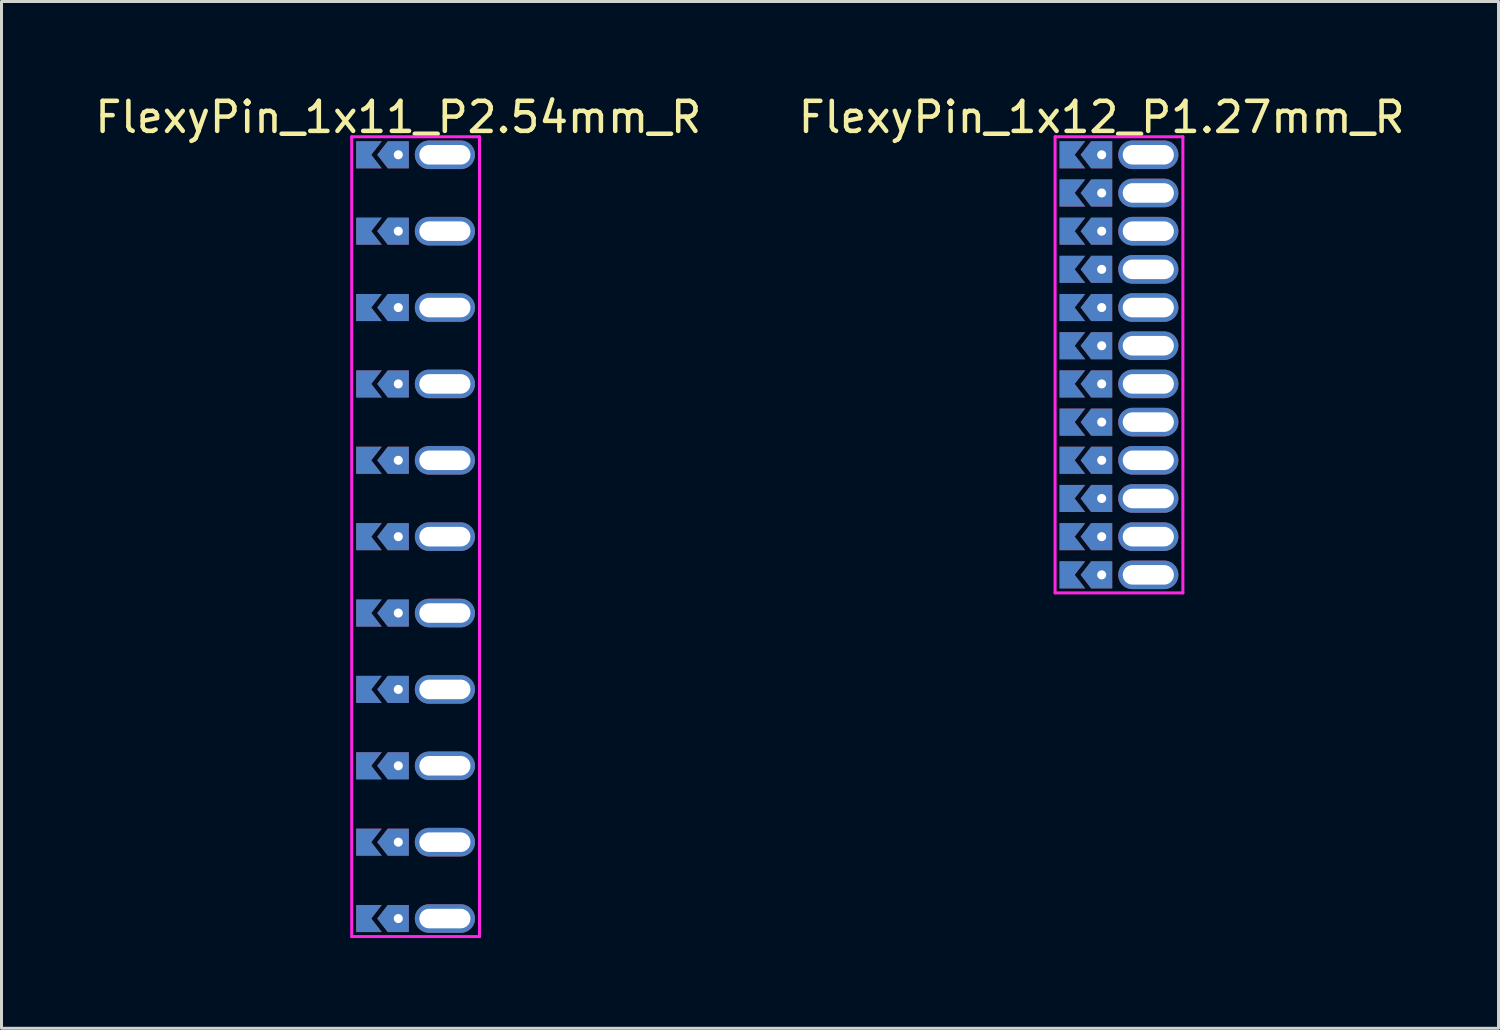
<source format=kicad_pcb>
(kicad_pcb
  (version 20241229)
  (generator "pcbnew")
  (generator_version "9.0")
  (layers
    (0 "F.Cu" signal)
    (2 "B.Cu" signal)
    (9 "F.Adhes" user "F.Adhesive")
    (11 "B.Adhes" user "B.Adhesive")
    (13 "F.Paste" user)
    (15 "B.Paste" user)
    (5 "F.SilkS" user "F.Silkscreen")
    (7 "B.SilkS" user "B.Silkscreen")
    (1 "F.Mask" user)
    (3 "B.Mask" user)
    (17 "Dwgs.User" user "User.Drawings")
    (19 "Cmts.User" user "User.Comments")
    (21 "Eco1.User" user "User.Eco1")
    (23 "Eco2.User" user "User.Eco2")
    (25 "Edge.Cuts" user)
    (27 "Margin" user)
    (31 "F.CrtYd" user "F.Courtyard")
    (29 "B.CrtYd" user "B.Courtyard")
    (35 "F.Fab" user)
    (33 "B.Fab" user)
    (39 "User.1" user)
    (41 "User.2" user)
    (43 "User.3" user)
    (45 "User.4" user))
  (footprint "FlexyPin_1x11_P2.54mm_R"
    (layer "F.Cu")
    (at 10.196 2.098)
    (property "Reference" "FlexyPin_1x11_P2.54mm_R" (at 0 -1.25 0) (layer "F.SilkS") (effects (font (size 1 1) (thickness 0.15))))
    (attr through_hole)
    (fp_line (start -1.55 -0.6) (end 2.7 -0.6) (stroke (width 0.1) (type solid)) (layer "F.CrtYd"))
    (fp_line (start -1.55 26) (end -1.55 -0.6) (stroke (width 0.1) (type solid)) (layer "F.CrtYd"))
    (fp_line (start 2.7 -0.6) (end 2.7 26) (stroke (width 0.1) (type solid)) (layer "F.CrtYd"))
    (fp_line (start 2.7 26) (end -1.55 26) (stroke (width 0.1) (type solid)) (layer "F.CrtYd"))
    (pad "" thru_hole custom (at 0 0) (size 0.3 0.3) (drill 0.6) (layers "*.Cu" "*.Mask") (options (anchor rect)) (primitives (gr_poly (pts (xy 0.35 0.45) (xy 0.35 -0.45) (xy -0.35 -0.45) (xy -0.7 0) (xy -0.35 0.45)) (width 0) (fill yes))))
    (pad "" thru_hole custom (at 0 2.54) (size 0.3 0.3) (drill 0.6) (layers "*.Cu" "*.Mask") (options (anchor rect)) (primitives (gr_poly (pts (xy 0.35 0.45) (xy 0.35 -0.45) (xy -0.35 -0.45) (xy -0.7 0) (xy -0.35 0.45)) (width 0) (fill yes))))
    (pad "" thru_hole custom (at 0 5.08) (size 0.3 0.3) (drill 0.6) (layers "*.Cu" "*.Mask") (options (anchor rect)) (primitives (gr_poly (pts (xy 0.35 0.45) (xy 0.35 -0.45) (xy -0.35 -0.45) (xy -0.7 0) (xy -0.35 0.45)) (width 0) (fill yes))))
    (pad "" thru_hole custom (at 0 7.62) (size 0.3 0.3) (drill 0.6) (layers "*.Cu" "*.Mask") (options (anchor rect)) (primitives (gr_poly (pts (xy 0.35 0.45) (xy 0.35 -0.45) (xy -0.35 -0.45) (xy -0.7 0) (xy -0.35 0.45)) (width 0) (fill yes))))
    (pad "" thru_hole custom (at 0 10.16) (size 0.3 0.3) (drill 0.6) (layers "*.Cu" "*.Mask") (options (anchor rect)) (primitives (gr_poly (pts (xy 0.35 0.45) (xy 0.35 -0.45) (xy -0.35 -0.45) (xy -0.7 0) (xy -0.35 0.45)) (width 0) (fill yes))))
    (pad "" thru_hole custom (at 0 12.7) (size 0.3 0.3) (drill 0.6) (layers "*.Cu" "*.Mask") (options (anchor rect)) (primitives (gr_poly (pts (xy 0.35 0.45) (xy 0.35 -0.45) (xy -0.35 -0.45) (xy -0.7 0) (xy -0.35 0.45)) (width 0) (fill yes))))
    (pad "" thru_hole custom (at 0 15.24) (size 0.3 0.3) (drill 0.6) (layers "*.Cu" "*.Mask") (options (anchor rect)) (primitives (gr_poly (pts (xy 0.35 0.45) (xy 0.35 -0.45) (xy -0.35 -0.45) (xy -0.7 0) (xy -0.35 0.45)) (width 0) (fill yes))))
    (pad "" thru_hole custom (at 0 17.78) (size 0.3 0.3) (drill 0.6) (layers "*.Cu" "*.Mask") (options (anchor rect)) (primitives (gr_poly (pts (xy 0.35 0.45) (xy 0.35 -0.45) (xy -0.35 -0.45) (xy -0.7 0) (xy -0.35 0.45)) (width 0) (fill yes))))
    (pad "" thru_hole custom (at 0 20.32) (size 0.3 0.3) (drill 0.6) (layers "*.Cu" "*.Mask") (options (anchor rect)) (primitives (gr_poly (pts (xy 0.35 0.45) (xy 0.35 -0.45) (xy -0.35 -0.45) (xy -0.7 0) (xy -0.35 0.45)) (width 0) (fill yes))))
    (pad "" thru_hole custom (at 0 22.86) (size 0.3 0.3) (drill 0.6) (layers "*.Cu" "*.Mask") (options (anchor rect)) (primitives (gr_poly (pts (xy 0.35 0.45) (xy 0.35 -0.45) (xy -0.35 -0.45) (xy -0.7 0) (xy -0.35 0.45)) (width 0) (fill yes))))
    (pad "" thru_hole custom (at 0 25.4) (size 0.3 0.3) (drill 0.6) (layers "*.Cu" "*.Mask") (options (anchor rect)) (primitives (gr_poly (pts (xy 0.35 0.45) (xy 0.35 -0.45) (xy -0.35 -0.45) (xy -0.7 0) (xy -0.35 0.45)) (width 0) (fill yes))))
    (pad "" thru_hole oval (at 1.55 0) (size 2 0.95) (drill oval 1.7 0.65) (layers "*.Cu" "*.Mask"))
    (pad "" thru_hole oval (at 1.55 2.54) (size 2 0.95) (drill oval 1.7 0.65) (layers "*.Cu" "*.Mask"))
    (pad "" thru_hole oval (at 1.55 5.08) (size 2 0.95) (drill oval 1.7 0.65) (layers "*.Cu" "*.Mask"))
    (pad "" thru_hole oval (at 1.55 7.62) (size 2 0.95) (drill oval 1.7 0.65) (layers "*.Cu" "*.Mask"))
    (pad "" thru_hole oval (at 1.55 10.16) (size 2 0.95) (drill oval 1.7 0.65) (layers "*.Cu" "*.Mask"))
    (pad "" thru_hole oval (at 1.55 12.7) (size 2 0.95) (drill oval 1.7 0.65) (layers "*.Cu" "*.Mask"))
    (pad "" thru_hole oval (at 1.55 15.24) (size 2 0.95) (drill oval 1.7 0.65) (layers "*.Cu" "*.Mask"))
    (pad "" thru_hole oval (at 1.55 17.78) (size 2 0.95) (drill oval 1.7 0.65) (layers "*.Cu" "*.Mask"))
    (pad "" thru_hole oval (at 1.55 20.32) (size 2 0.95) (drill oval 1.7 0.65) (layers "*.Cu" "*.Mask"))
    (pad "" thru_hole oval (at 1.55 22.86) (size 2 0.95) (drill oval 1.7 0.65) (layers "*.Cu" "*.Mask"))
    (pad "" thru_hole oval (at 1.55 25.4) (size 2 0.95) (drill oval 1.7 0.65) (layers "*.Cu" "*.Mask"))
    (pad "1" smd custom (at -0.9 0) (size 0.01 0.01) (layers "F.Cu" "F.Mask") (options (anchor rect)) (primitives (gr_poly (pts (xy 0 0) (xy 0.35 0.45) (xy -0.5 0.45) (xy -0.5 -0.45) (xy 0.35 -0.45)) (width 0) (fill yes))))
    (pad "1" smd custom (at -0.9 2.54) (size 0.01 0.01) (layers "F.Cu" "F.Mask") (options (anchor rect)) (primitives (gr_poly (pts (xy 0 0) (xy 0.35 0.45) (xy -0.5 0.45) (xy -0.5 -0.45) (xy 0.35 -0.45)) (width 0) (fill yes))))
    (pad "1" smd custom (at -0.9 5.08) (size 0.01 0.01) (layers "F.Cu" "F.Mask") (options (anchor rect)) (primitives (gr_poly (pts (xy 0 0) (xy 0.35 0.45) (xy -0.5 0.45) (xy -0.5 -0.45) (xy 0.35 -0.45)) (width 0) (fill yes))))
    (pad "1" smd custom (at -0.9 7.62) (size 0.01 0.01) (layers "F.Cu" "F.Mask") (options (anchor rect)) (primitives (gr_poly (pts (xy 0 0) (xy 0.35 0.45) (xy -0.5 0.45) (xy -0.5 -0.45) (xy 0.35 -0.45)) (width 0) (fill yes))))
    (pad "1" smd custom (at -0.9 10.16) (size 0.01 0.01) (layers "F.Cu" "F.Mask") (options (anchor rect)) (primitives (gr_poly (pts (xy 0 0) (xy 0.35 0.45) (xy -0.5 0.45) (xy -0.5 -0.45) (xy 0.35 -0.45)) (width 0) (fill yes))))
    (pad "1" smd custom (at -0.9 12.7) (size 0.01 0.01) (layers "F.Cu" "F.Mask") (options (anchor rect)) (primitives (gr_poly (pts (xy 0 0) (xy 0.35 0.45) (xy -0.5 0.45) (xy -0.5 -0.45) (xy 0.35 -0.45)) (width 0) (fill yes))))
    (pad "1" smd custom (at -0.9 15.24) (size 0.01 0.01) (layers "F.Cu" "F.Mask") (options (anchor rect)) (primitives (gr_poly (pts (xy 0 0) (xy 0.35 0.45) (xy -0.5 0.45) (xy -0.5 -0.45) (xy 0.35 -0.45)) (width 0) (fill yes))))
    (pad "1" smd custom (at -0.9 17.78) (size 0.01 0.01) (layers "F.Cu" "F.Mask") (options (anchor rect)) (primitives (gr_poly (pts (xy 0 0) (xy 0.35 0.45) (xy -0.5 0.45) (xy -0.5 -0.45) (xy 0.35 -0.45)) (width 0) (fill yes))))
    (pad "1" smd custom (at -0.9 20.32) (size 0.01 0.01) (layers "F.Cu" "F.Mask") (options (anchor rect)) (primitives (gr_poly (pts (xy 0 0) (xy 0.35 0.45) (xy -0.5 0.45) (xy -0.5 -0.45) (xy 0.35 -0.45)) (width 0) (fill yes))))
    (pad "1" smd custom (at -0.9 22.86) (size 0.01 0.01) (layers "F.Cu" "F.Mask") (options (anchor rect)) (primitives (gr_poly (pts (xy 0 0) (xy 0.35 0.45) (xy -0.5 0.45) (xy -0.5 -0.45) (xy 0.35 -0.45)) (width 0) (fill yes))))
    (pad "1" smd custom (at -0.9 25.4) (size 0.01 0.01) (layers "F.Cu" "F.Mask") (options (anchor rect)) (primitives (gr_poly (pts (xy 0 0) (xy 0.35 0.45) (xy -0.5 0.45) (xy -0.5 -0.45) (xy 0.35 -0.45)) (width 0) (fill yes))))
    (pad "2" smd custom (at -0.9 0) (size 0.01 0.01) (layers "B.Cu" "B.Mask") (options (anchor rect)) (primitives (gr_poly (pts (xy 0 0) (xy 0.35 0.45) (xy -0.5 0.45) (xy -0.5 -0.45) (xy 0.35 -0.45)) (width 0) (fill yes))))
    (pad "2" smd custom (at -0.9 2.54) (size 0.01 0.01) (layers "B.Cu" "B.Mask") (options (anchor rect)) (primitives (gr_poly (pts (xy 0 0) (xy 0.35 0.45) (xy -0.5 0.45) (xy -0.5 -0.45) (xy 0.35 -0.45)) (width 0) (fill yes))))
    (pad "2" smd custom (at -0.9 5.08) (size 0.01 0.01) (layers "B.Cu" "B.Mask") (options (anchor rect)) (primitives (gr_poly (pts (xy 0 0) (xy 0.35 0.45) (xy -0.5 0.45) (xy -0.5 -0.45) (xy 0.35 -0.45)) (width 0) (fill yes))))
    (pad "2" smd custom (at -0.9 7.62) (size 0.01 0.01) (layers "B.Cu" "B.Mask") (options (anchor rect)) (primitives (gr_poly (pts (xy 0 0) (xy 0.35 0.45) (xy -0.5 0.45) (xy -0.5 -0.45) (xy 0.35 -0.45)) (width 0) (fill yes))))
    (pad "2" smd custom (at -0.9 10.16) (size 0.01 0.01) (layers "B.Cu" "B.Mask") (options (anchor rect)) (primitives (gr_poly (pts (xy 0 0) (xy 0.35 0.45) (xy -0.5 0.45) (xy -0.5 -0.45) (xy 0.35 -0.45)) (width 0) (fill yes))))
    (pad "2" smd custom (at -0.9 12.7) (size 0.01 0.01) (layers "B.Cu" "B.Mask") (options (anchor rect)) (primitives (gr_poly (pts (xy 0 0) (xy 0.35 0.45) (xy -0.5 0.45) (xy -0.5 -0.45) (xy 0.35 -0.45)) (width 0) (fill yes))))
    (pad "2" smd custom (at -0.9 15.24) (size 0.01 0.01) (layers "B.Cu" "B.Mask") (options (anchor rect)) (primitives (gr_poly (pts (xy 0 0) (xy 0.35 0.45) (xy -0.5 0.45) (xy -0.5 -0.45) (xy 0.35 -0.45)) (width 0) (fill yes))))
    (pad "2" smd custom (at -0.9 17.78) (size 0.01 0.01) (layers "B.Cu" "B.Mask") (options (anchor rect)) (primitives (gr_poly (pts (xy 0 0) (xy 0.35 0.45) (xy -0.5 0.45) (xy -0.5 -0.45) (xy 0.35 -0.45)) (width 0) (fill yes))))
    (pad "2" smd custom (at -0.9 20.32) (size 0.01 0.01) (layers "B.Cu" "B.Mask") (options (anchor rect)) (primitives (gr_poly (pts (xy 0 0) (xy 0.35 0.45) (xy -0.5 0.45) (xy -0.5 -0.45) (xy 0.35 -0.45)) (width 0) (fill yes))))
    (pad "2" smd custom (at -0.9 22.86) (size 0.01 0.01) (layers "B.Cu" "B.Mask") (options (anchor rect)) (primitives (gr_poly (pts (xy 0 0) (xy 0.35 0.45) (xy -0.5 0.45) (xy -0.5 -0.45) (xy 0.35 -0.45)) (width 0) (fill yes))))
    (pad "2" smd custom (at -0.9 25.4) (size 0.01 0.01) (layers "B.Cu" "B.Mask") (options (anchor rect)) (primitives (gr_poly (pts (xy 0 0) (xy 0.35 0.45) (xy -0.5 0.45) (xy -0.5 -0.45) (xy 0.35 -0.45)) (width 0) (fill yes)))))
  (footprint "FlexyPin_1x12_P1.27mm_R"
    (layer "F.Cu")
    (at 33.589 2.098)
    (property "Reference" "FlexyPin_1x12_P1.27mm_R" (at 0 -1.25 0) (layer "F.SilkS") (effects (font (size 1 1) (thickness 0.15))))
    (attr through_hole)
    (fp_line (start -1.55 -0.6) (end 2.7 -0.6) (stroke (width 0.1) (type solid)) (layer "F.CrtYd"))
    (fp_line (start -1.55 14.57) (end -1.55 -0.6) (stroke (width 0.1) (type solid)) (layer "F.CrtYd"))
    (fp_line (start 2.7 -0.6) (end 2.7 14.57) (stroke (width 0.1) (type solid)) (layer "F.CrtYd"))
    (fp_line (start 2.7 14.57) (end -1.55 14.57) (stroke (width 0.1) (type solid)) (layer "F.CrtYd"))
    (pad "" thru_hole custom (at 0 0) (size 0.3 0.3) (drill 0.6) (layers "*.Cu" "*.Mask") (options (anchor rect)) (primitives (gr_poly (pts (xy 0.35 0.45) (xy 0.35 -0.45) (xy -0.35 -0.45) (xy -0.7 0) (xy -0.35 0.45)) (width 0) (fill yes))))
    (pad "" thru_hole custom (at 0 1.27) (size 0.3 0.3) (drill 0.6) (layers "*.Cu" "*.Mask") (options (anchor rect)) (primitives (gr_poly (pts (xy 0.35 0.45) (xy 0.35 -0.45) (xy -0.35 -0.45) (xy -0.7 0) (xy -0.35 0.45)) (width 0) (fill yes))))
    (pad "" thru_hole custom (at 0 2.54) (size 0.3 0.3) (drill 0.6) (layers "*.Cu" "*.Mask") (options (anchor rect)) (primitives (gr_poly (pts (xy 0.35 0.45) (xy 0.35 -0.45) (xy -0.35 -0.45) (xy -0.7 0) (xy -0.35 0.45)) (width 0) (fill yes))))
    (pad "" thru_hole custom (at 0 3.81) (size 0.3 0.3) (drill 0.6) (layers "*.Cu" "*.Mask") (options (anchor rect)) (primitives (gr_poly (pts (xy 0.35 0.45) (xy 0.35 -0.45) (xy -0.35 -0.45) (xy -0.7 0) (xy -0.35 0.45)) (width 0) (fill yes))))
    (pad "" thru_hole custom (at 0 5.08) (size 0.3 0.3) (drill 0.6) (layers "*.Cu" "*.Mask") (options (anchor rect)) (primitives (gr_poly (pts (xy 0.35 0.45) (xy 0.35 -0.45) (xy -0.35 -0.45) (xy -0.7 0) (xy -0.35 0.45)) (width 0) (fill yes))))
    (pad "" thru_hole custom (at 0 6.35) (size 0.3 0.3) (drill 0.6) (layers "*.Cu" "*.Mask") (options (anchor rect)) (primitives (gr_poly (pts (xy 0.35 0.45) (xy 0.35 -0.45) (xy -0.35 -0.45) (xy -0.7 0) (xy -0.35 0.45)) (width 0) (fill yes))))
    (pad "" thru_hole custom (at 0 7.62) (size 0.3 0.3) (drill 0.6) (layers "*.Cu" "*.Mask") (options (anchor rect)) (primitives (gr_poly (pts (xy 0.35 0.45) (xy 0.35 -0.45) (xy -0.35 -0.45) (xy -0.7 0) (xy -0.35 0.45)) (width 0) (fill yes))))
    (pad "" thru_hole custom (at 0 8.89) (size 0.3 0.3) (drill 0.6) (layers "*.Cu" "*.Mask") (options (anchor rect)) (primitives (gr_poly (pts (xy 0.35 0.45) (xy 0.35 -0.45) (xy -0.35 -0.45) (xy -0.7 0) (xy -0.35 0.45)) (width 0) (fill yes))))
    (pad "" thru_hole custom (at 0 10.16) (size 0.3 0.3) (drill 0.6) (layers "*.Cu" "*.Mask") (options (anchor rect)) (primitives (gr_poly (pts (xy 0.35 0.45) (xy 0.35 -0.45) (xy -0.35 -0.45) (xy -0.7 0) (xy -0.35 0.45)) (width 0) (fill yes))))
    (pad "" thru_hole custom (at 0 11.43) (size 0.3 0.3) (drill 0.6) (layers "*.Cu" "*.Mask") (options (anchor rect)) (primitives (gr_poly (pts (xy 0.35 0.45) (xy 0.35 -0.45) (xy -0.35 -0.45) (xy -0.7 0) (xy -0.35 0.45)) (width 0) (fill yes))))
    (pad "" thru_hole custom (at 0 12.7) (size 0.3 0.3) (drill 0.6) (layers "*.Cu" "*.Mask") (options (anchor rect)) (primitives (gr_poly (pts (xy 0.35 0.45) (xy 0.35 -0.45) (xy -0.35 -0.45) (xy -0.7 0) (xy -0.35 0.45)) (width 0) (fill yes))))
    (pad "" thru_hole custom (at 0 13.97) (size 0.3 0.3) (drill 0.6) (layers "*.Cu" "*.Mask") (options (anchor rect)) (primitives (gr_poly (pts (xy 0.35 0.45) (xy 0.35 -0.45) (xy -0.35 -0.45) (xy -0.7 0) (xy -0.35 0.45)) (width 0) (fill yes))))
    (pad "" thru_hole oval (at 1.55 0) (size 2 0.95) (drill oval 1.7 0.65) (layers "*.Cu" "*.Mask"))
    (pad "" thru_hole oval (at 1.55 1.27) (size 2 0.95) (drill oval 1.7 0.65) (layers "*.Cu" "*.Mask"))
    (pad "" thru_hole oval (at 1.55 2.54) (size 2 0.95) (drill oval 1.7 0.65) (layers "*.Cu" "*.Mask"))
    (pad "" thru_hole oval (at 1.55 3.81) (size 2 0.95) (drill oval 1.7 0.65) (layers "*.Cu" "*.Mask"))
    (pad "" thru_hole oval (at 1.55 5.08) (size 2 0.95) (drill oval 1.7 0.65) (layers "*.Cu" "*.Mask"))
    (pad "" thru_hole oval (at 1.55 6.35) (size 2 0.95) (drill oval 1.7 0.65) (layers "*.Cu" "*.Mask"))
    (pad "" thru_hole oval (at 1.55 7.62) (size 2 0.95) (drill oval 1.7 0.65) (layers "*.Cu" "*.Mask"))
    (pad "" thru_hole oval (at 1.55 8.89) (size 2 0.95) (drill oval 1.7 0.65) (layers "*.Cu" "*.Mask"))
    (pad "" thru_hole oval (at 1.55 10.16) (size 2 0.95) (drill oval 1.7 0.65) (layers "*.Cu" "*.Mask"))
    (pad "" thru_hole oval (at 1.55 11.43) (size 2 0.95) (drill oval 1.7 0.65) (layers "*.Cu" "*.Mask"))
    (pad "" thru_hole oval (at 1.55 12.7) (size 2 0.95) (drill oval 1.7 0.65) (layers "*.Cu" "*.Mask"))
    (pad "" thru_hole oval (at 1.55 13.97) (size 2 0.95) (drill oval 1.7 0.65) (layers "*.Cu" "*.Mask"))
    (pad "1" smd custom (at -0.9 0) (size 0.01 0.01) (layers "F.Cu" "F.Mask") (options (anchor rect)) (primitives (gr_poly (pts (xy 0 0) (xy 0.35 0.45) (xy -0.5 0.45) (xy -0.5 -0.45) (xy 0.35 -0.45)) (width 0) (fill yes))))
    (pad "2" smd custom (at -0.9 1.27) (size 0.01 0.01) (layers "F.Cu" "F.Mask") (options (anchor rect)) (primitives (gr_poly (pts (xy 0 0) (xy 0.35 0.45) (xy -0.5 0.45) (xy -0.5 -0.45) (xy 0.35 -0.45)) (width 0) (fill yes))))
    (pad "3" smd custom (at -0.9 2.54) (size 0.01 0.01) (layers "F.Cu" "F.Mask") (options (anchor rect)) (primitives (gr_poly (pts (xy 0 0) (xy 0.35 0.45) (xy -0.5 0.45) (xy -0.5 -0.45) (xy 0.35 -0.45)) (width 0) (fill yes))))
    (pad "4" smd custom (at -0.9 3.81) (size 0.01 0.01) (layers "F.Cu" "F.Mask") (options (anchor rect)) (primitives (gr_poly (pts (xy 0 0) (xy 0.35 0.45) (xy -0.5 0.45) (xy -0.5 -0.45) (xy 0.35 -0.45)) (width 0) (fill yes))))
    (pad "5" smd custom (at -0.9 5.08) (size 0.01 0.01) (layers "F.Cu" "F.Mask") (options (anchor rect)) (primitives (gr_poly (pts (xy 0 0) (xy 0.35 0.45) (xy -0.5 0.45) (xy -0.5 -0.45) (xy 0.35 -0.45)) (width 0) (fill yes))))
    (pad "6" smd custom (at -0.9 6.35) (size 0.01 0.01) (layers "F.Cu" "F.Mask") (options (anchor rect)) (primitives (gr_poly (pts (xy 0 0) (xy 0.35 0.45) (xy -0.5 0.45) (xy -0.5 -0.45) (xy 0.35 -0.45)) (width 0) (fill yes))))
    (pad "7" smd custom (at -0.9 7.62) (size 0.01 0.01) (layers "F.Cu" "F.Mask") (options (anchor rect)) (primitives (gr_poly (pts (xy 0 0) (xy 0.35 0.45) (xy -0.5 0.45) (xy -0.5 -0.45) (xy 0.35 -0.45)) (width 0) (fill yes))))
    (pad "8" smd custom (at -0.9 8.89) (size 0.01 0.01) (layers "F.Cu" "F.Mask") (options (anchor rect)) (primitives (gr_poly (pts (xy 0 0) (xy 0.35 0.45) (xy -0.5 0.45) (xy -0.5 -0.45) (xy 0.35 -0.45)) (width 0) (fill yes))))
    (pad "9" smd custom (at -0.9 10.16) (size 0.01 0.01) (layers "F.Cu" "F.Mask") (options (anchor rect)) (primitives (gr_poly (pts (xy 0 0) (xy 0.35 0.45) (xy -0.5 0.45) (xy -0.5 -0.45) (xy 0.35 -0.45)) (width 0) (fill yes))))
    (pad "10" smd custom (at -0.9 11.43) (size 0.01 0.01) (layers "F.Cu" "F.Mask") (options (anchor rect)) (primitives (gr_poly (pts (xy 0 0) (xy 0.35 0.45) (xy -0.5 0.45) (xy -0.5 -0.45) (xy 0.35 -0.45)) (width 0) (fill yes))))
    (pad "11" smd custom (at -0.9 12.7) (size 0.01 0.01) (layers "F.Cu" "F.Mask") (options (anchor rect)) (primitives (gr_poly (pts (xy 0 0) (xy 0.35 0.45) (xy -0.5 0.45) (xy -0.5 -0.45) (xy 0.35 -0.45)) (width 0) (fill yes))))
    (pad "12" smd custom (at -0.9 13.97) (size 0.01 0.01) (layers "F.Cu" "F.Mask") (options (anchor rect)) (primitives (gr_poly (pts (xy 0 0) (xy 0.35 0.45) (xy -0.5 0.45) (xy -0.5 -0.45) (xy 0.35 -0.45)) (width 0) (fill yes))))
    (pad "13" smd custom (at -0.9 0) (size 0.01 0.01) (layers "B.Cu" "B.Mask") (options (anchor rect)) (primitives (gr_poly (pts (xy 0 0) (xy 0.35 0.45) (xy -0.5 0.45) (xy -0.5 -0.45) (xy 0.35 -0.45)) (width 0) (fill yes))))
    (pad "14" smd custom (at -0.9 1.27) (size 0.01 0.01) (layers "B.Cu" "B.Mask") (options (anchor rect)) (primitives (gr_poly (pts (xy 0 0) (xy 0.35 0.45) (xy -0.5 0.45) (xy -0.5 -0.45) (xy 0.35 -0.45)) (width 0) (fill yes))))
    (pad "15" smd custom (at -0.9 2.54) (size 0.01 0.01) (layers "B.Cu" "B.Mask") (options (anchor rect)) (primitives (gr_poly (pts (xy 0 0) (xy 0.35 0.45) (xy -0.5 0.45) (xy -0.5 -0.45) (xy 0.35 -0.45)) (width 0) (fill yes))))
    (pad "16" smd custom (at -0.9 3.81) (size 0.01 0.01) (layers "B.Cu" "B.Mask") (options (anchor rect)) (primitives (gr_poly (pts (xy 0 0) (xy 0.35 0.45) (xy -0.5 0.45) (xy -0.5 -0.45) (xy 0.35 -0.45)) (width 0) (fill yes))))
    (pad "17" smd custom (at -0.9 5.08) (size 0.01 0.01) (layers "B.Cu" "B.Mask") (options (anchor rect)) (primitives (gr_poly (pts (xy 0 0) (xy 0.35 0.45) (xy -0.5 0.45) (xy -0.5 -0.45) (xy 0.35 -0.45)) (width 0) (fill yes))))
    (pad "18" smd custom (at -0.9 6.35) (size 0.01 0.01) (layers "B.Cu" "B.Mask") (options (anchor rect)) (primitives (gr_poly (pts (xy 0 0) (xy 0.35 0.45) (xy -0.5 0.45) (xy -0.5 -0.45) (xy 0.35 -0.45)) (width 0) (fill yes))))
    (pad "19" smd custom (at -0.9 7.62) (size 0.01 0.01) (layers "B.Cu" "B.Mask") (options (anchor rect)) (primitives (gr_poly (pts (xy 0 0) (xy 0.35 0.45) (xy -0.5 0.45) (xy -0.5 -0.45) (xy 0.35 -0.45)) (width 0) (fill yes))))
    (pad "20" smd custom (at -0.9 8.89) (size 0.01 0.01) (layers "B.Cu" "B.Mask") (options (anchor rect)) (primitives (gr_poly (pts (xy 0 0) (xy 0.35 0.45) (xy -0.5 0.45) (xy -0.5 -0.45) (xy 0.35 -0.45)) (width 0) (fill yes))))
    (pad "21" smd custom (at -0.9 10.16) (size 0.01 0.01) (layers "B.Cu" "B.Mask") (options (anchor rect)) (primitives (gr_poly (pts (xy 0 0) (xy 0.35 0.45) (xy -0.5 0.45) (xy -0.5 -0.45) (xy 0.35 -0.45)) (width 0) (fill yes))))
    (pad "22" smd custom (at -0.9 11.43) (size 0.01 0.01) (layers "B.Cu" "B.Mask") (options (anchor rect)) (primitives (gr_poly (pts (xy 0 0) (xy 0.35 0.45) (xy -0.5 0.45) (xy -0.5 -0.45) (xy 0.35 -0.45)) (width 0) (fill yes))))
    (pad "23" smd custom (at -0.9 12.7) (size 0.01 0.01) (layers "B.Cu" "B.Mask") (options (anchor rect)) (primitives (gr_poly (pts (xy 0 0) (xy 0.35 0.45) (xy -0.5 0.45) (xy -0.5 -0.45) (xy 0.35 -0.45)) (width 0) (fill yes))))
    (pad "24" smd custom (at -0.9 13.97) (size 0.01 0.01) (layers "B.Cu" "B.Mask") (options (anchor rect)) (primitives (gr_poly (pts (xy 0 0) (xy 0.35 0.45) (xy -0.5 0.45) (xy -0.5 -0.45) (xy 0.35 -0.45)) (width 0) (fill yes)))))
  (gr_rect
    (start -3 -3)
    (end 46.786 31.148)
    (stroke (width 0.1) (type default))
    (fill no)
    (layer "Edge.Cuts")))
</source>
